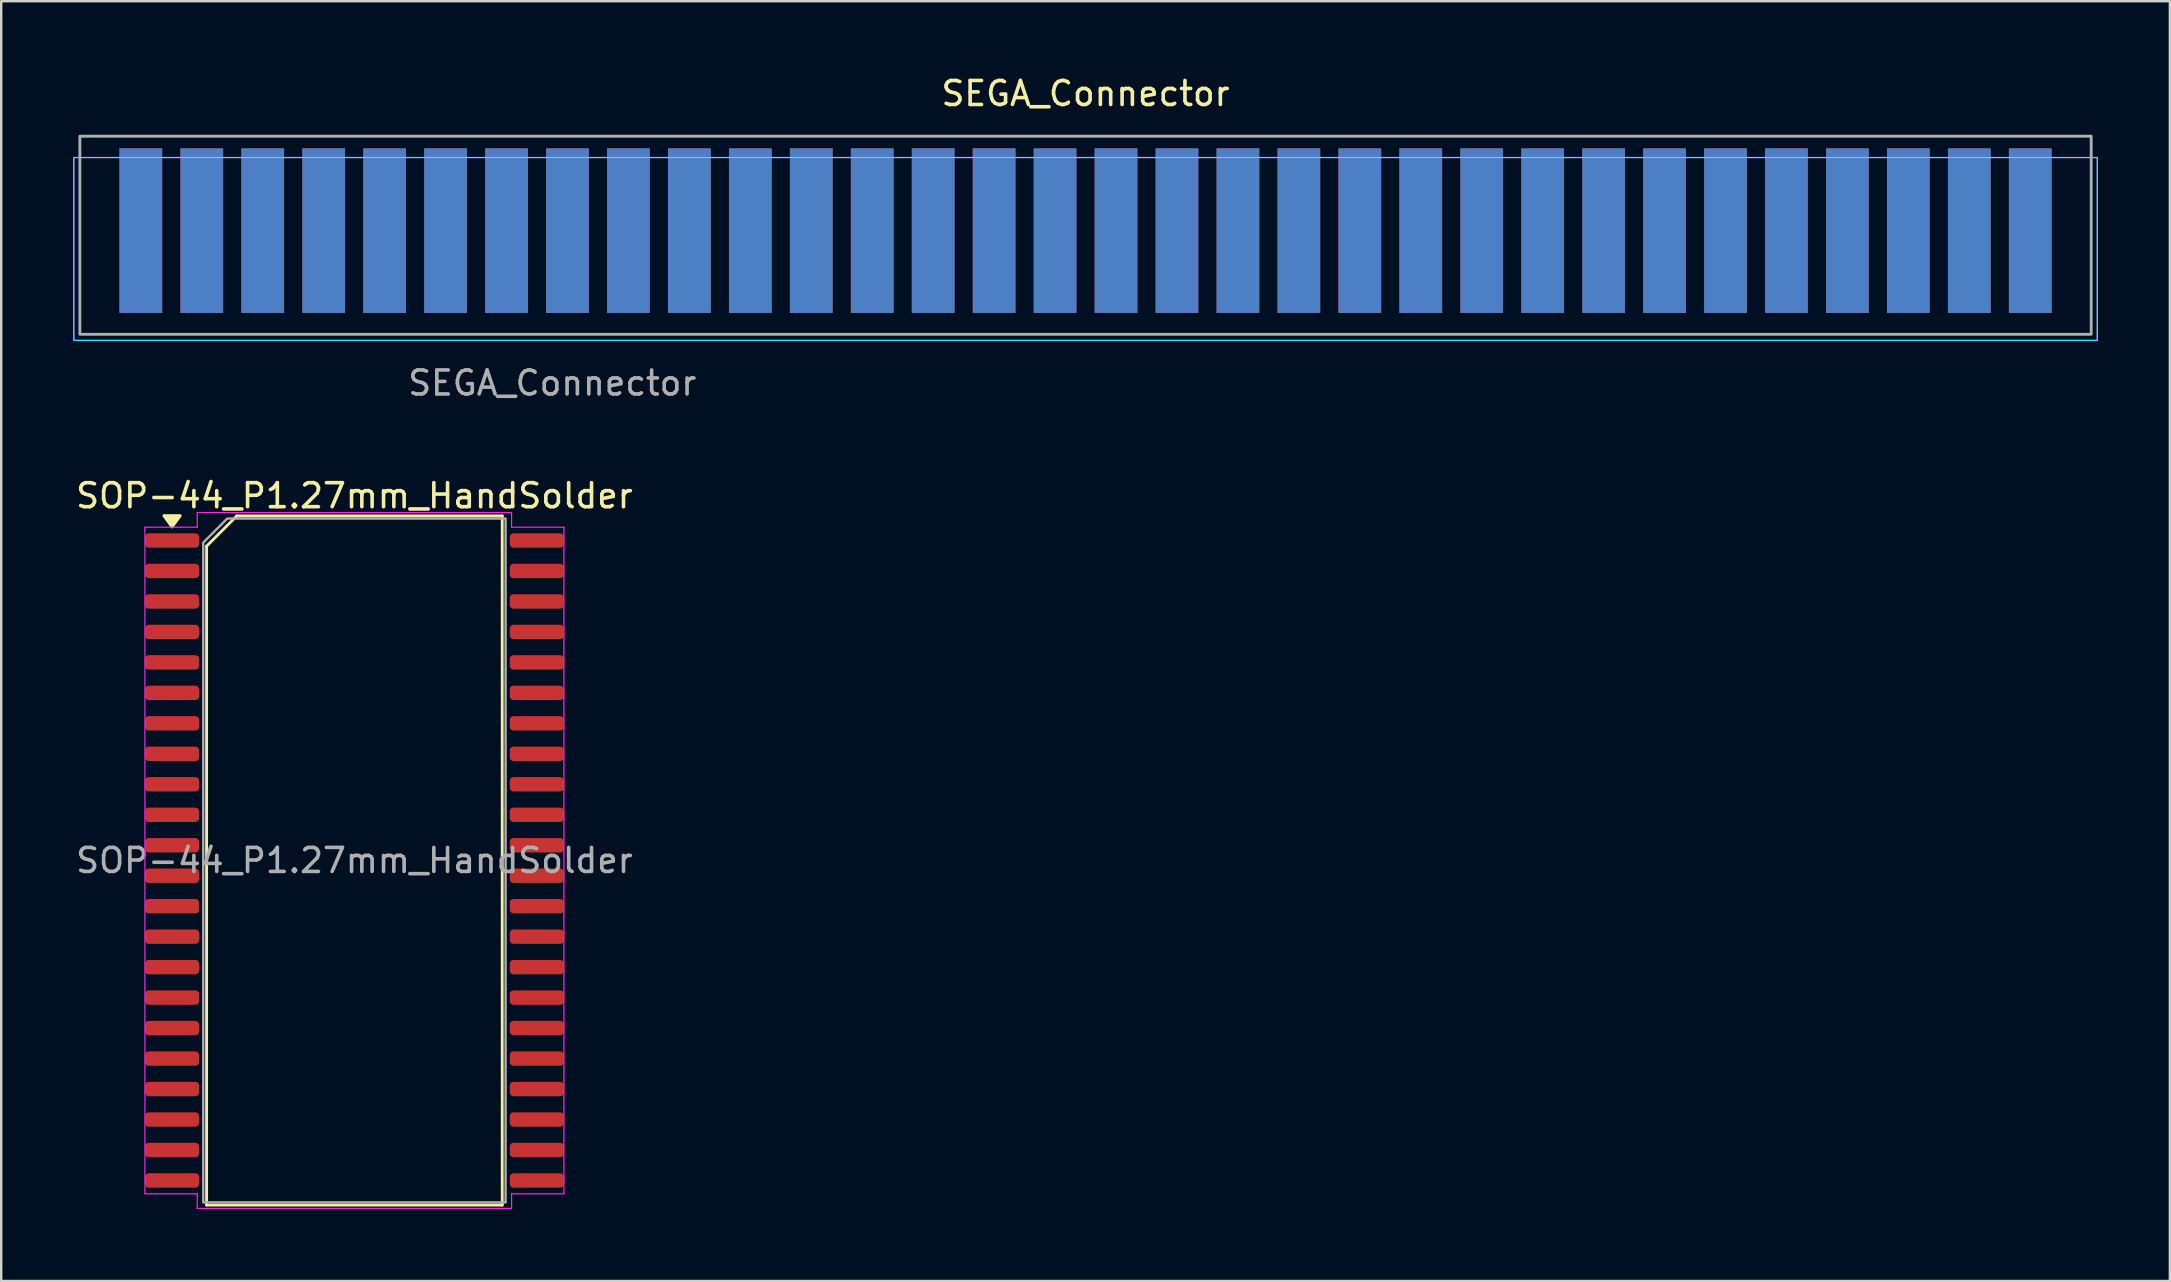
<source format=kicad_pcb>
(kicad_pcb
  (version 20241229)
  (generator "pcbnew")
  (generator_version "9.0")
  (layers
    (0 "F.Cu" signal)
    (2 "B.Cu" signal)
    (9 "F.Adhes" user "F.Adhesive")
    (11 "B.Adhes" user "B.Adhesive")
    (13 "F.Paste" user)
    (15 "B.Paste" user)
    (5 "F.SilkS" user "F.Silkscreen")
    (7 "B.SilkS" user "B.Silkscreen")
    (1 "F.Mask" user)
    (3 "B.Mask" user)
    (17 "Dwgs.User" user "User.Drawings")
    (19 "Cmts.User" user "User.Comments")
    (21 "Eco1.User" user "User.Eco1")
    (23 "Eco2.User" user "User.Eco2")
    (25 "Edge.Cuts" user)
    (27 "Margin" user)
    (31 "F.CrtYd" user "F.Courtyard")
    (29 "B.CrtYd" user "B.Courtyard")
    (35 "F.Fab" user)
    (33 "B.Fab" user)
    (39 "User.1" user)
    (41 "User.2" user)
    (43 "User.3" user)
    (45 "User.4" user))
  (footprint "SEGA_Connector"
    (layer "F.Cu")
    (at 2.819 6.563)
    (property "Reference" "SEGA_Connector" (at 39.37 -5.715 0) (layer "F.SilkS") (effects (font (size 1 1) (thickness 0.15))))
    (attr exclude_from_pos_files exclude_from_bom)
    (fp_rect (start 81.534 -3.048) (end -2.794 4.572) (stroke (width 0.05) (type solid)) (fill no) (layer "B.CrtYd"))
    (fp_rect (start -2.794 -3.048) (end 81.534 4.572) (stroke (width 0.05) (type solid)) (fill no) (layer "F.CrtYd"))
    (fp_rect (start -2.54 4.318) (end 81.28 -3.937) (stroke (width 0.12) (type solid)) (fill no) (layer "F.Fab"))
    (fp_text user "${REFERENCE}" (at 17.145 6.35 0) (layer "F.Fab") (effects (font (size 1 1) (thickness 0.15))))
    (pad "A1" connect rect (at 0 0) (size 1.78 6.858) (layers "B.Cu" "B.Mask"))
    (pad "A2" connect rect (at 2.54 0) (size 1.78 6.858) (layers "B.Cu" "B.Mask"))
    (pad "A3" connect rect (at 5.08 0) (size 1.78 6.858) (layers "B.Cu" "B.Mask"))
    (pad "A4" connect rect (at 7.62 0) (size 1.78 6.858) (layers "B.Cu" "B.Mask"))
    (pad "A5" connect rect (at 10.16 0) (size 1.78 6.858) (layers "B.Cu" "B.Mask"))
    (pad "A6" connect rect (at 12.7 0) (size 1.78 6.858) (layers "B.Cu" "B.Mask"))
    (pad "A7" connect rect (at 15.24 0) (size 1.78 6.858) (layers "B.Cu" "B.Mask"))
    (pad "A8" connect rect (at 17.78 0) (size 1.78 6.858) (layers "B.Cu" "B.Mask"))
    (pad "A9" connect rect (at 20.32 0) (size 1.78 6.858) (layers "B.Cu" "B.Mask"))
    (pad "A10" connect rect (at 22.86 0) (size 1.78 6.858) (layers "B.Cu" "B.Mask"))
    (pad "A11" connect rect (at 25.4 0) (size 1.78 6.858) (layers "B.Cu" "B.Mask"))
    (pad "A12" connect rect (at 27.94 0) (size 1.78 6.858) (layers "B.Cu" "B.Mask"))
    (pad "A13" connect rect (at 30.48 0) (size 1.78 6.858) (layers "B.Cu" "B.Mask"))
    (pad "A14" connect rect (at 33.02 0) (size 1.78 6.858) (layers "B.Cu" "B.Mask"))
    (pad "A15" connect rect (at 35.56 0) (size 1.78 6.858) (layers "B.Cu" "B.Mask"))
    (pad "A16" connect rect (at 38.1 0) (size 1.78 6.858) (layers "B.Cu" "B.Mask"))
    (pad "A17" connect rect (at 40.64 0) (size 1.78 6.858) (layers "B.Cu" "B.Mask"))
    (pad "A18" connect rect (at 43.18 0) (size 1.78 6.858) (layers "B.Cu" "B.Mask"))
    (pad "A19" connect rect (at 45.72 0) (size 1.78 6.858) (layers "B.Cu" "B.Mask"))
    (pad "A20" connect rect (at 48.26 0) (size 1.78 6.858) (layers "B.Cu" "B.Mask"))
    (pad "A21" connect rect (at 50.8 0) (size 1.78 6.858) (layers "B.Cu" "B.Mask"))
    (pad "A22" connect rect (at 53.34 0) (size 1.78 6.858) (layers "B.Cu" "B.Mask"))
    (pad "A23" connect rect (at 55.88 0) (size 1.78 6.858) (layers "B.Cu" "B.Mask"))
    (pad "A24" connect rect (at 58.42 0) (size 1.78 6.858) (layers "B.Cu" "B.Mask"))
    (pad "A25" connect rect (at 60.96 0) (size 1.78 6.858) (layers "B.Cu" "B.Mask"))
    (pad "A26" connect rect (at 63.5 0) (size 1.78 6.858) (layers "B.Cu" "B.Mask"))
    (pad "A27" connect rect (at 66.04 0) (size 1.78 6.858) (layers "B.Cu" "B.Mask"))
    (pad "A28" connect rect (at 68.58 0) (size 1.78 6.858) (layers "B.Cu" "B.Mask"))
    (pad "A29" connect rect (at 71.12 0) (size 1.78 6.858) (layers "B.Cu" "B.Mask"))
    (pad "A30" connect rect (at 73.66 0) (size 1.78 6.858) (layers "B.Cu" "B.Mask"))
    (pad "A31" connect rect (at 76.2 0) (size 1.78 6.858) (layers "B.Cu" "B.Mask"))
    (pad "A32" connect rect (at 78.74 0) (size 1.78 6.858) (layers "B.Cu" "B.Mask"))
    (pad "B1" connect rect (at 0 0) (size 1.78 6.858) (layers "F.Cu" "F.Mask"))
    (pad "B2" connect rect (at 2.54 0) (size 1.78 6.858) (layers "F.Cu" "F.Mask"))
    (pad "B3" connect rect (at 5.08 0) (size 1.78 6.858) (layers "F.Cu" "F.Mask"))
    (pad "B4" connect rect (at 7.62 0) (size 1.78 6.858) (layers "F.Cu" "F.Mask"))
    (pad "B5" connect rect (at 10.16 0) (size 1.78 6.858) (layers "F.Cu" "F.Mask"))
    (pad "B6" connect rect (at 12.7 0) (size 1.78 6.858) (layers "F.Cu" "F.Mask"))
    (pad "B7" connect rect (at 15.24 0) (size 1.78 6.858) (layers "F.Cu" "F.Mask"))
    (pad "B8" connect rect (at 17.78 0) (size 1.78 6.858) (layers "F.Cu" "F.Mask"))
    (pad "B9" connect rect (at 20.32 0) (size 1.78 6.858) (layers "F.Cu" "F.Mask"))
    (pad "B10" connect rect (at 22.86 0) (size 1.78 6.858) (layers "F.Cu" "F.Mask"))
    (pad "B11" connect rect (at 25.4 0) (size 1.78 6.858) (layers "F.Cu" "F.Mask"))
    (pad "B12" connect rect (at 27.94 0) (size 1.78 6.858) (layers "F.Cu" "F.Mask"))
    (pad "B13" connect rect (at 30.48 0) (size 1.78 6.858) (layers "F.Cu" "F.Mask"))
    (pad "B14" connect rect (at 33.02 0) (size 1.78 6.858) (layers "F.Cu" "F.Mask"))
    (pad "B15" connect rect (at 35.56 0) (size 1.78 6.858) (layers "F.Cu" "F.Mask"))
    (pad "B16" connect rect (at 38.1 0) (size 1.78 6.858) (layers "F.Cu" "F.Mask"))
    (pad "B17" connect rect (at 40.64 0) (size 1.78 6.858) (layers "F.Cu" "F.Mask"))
    (pad "B18" connect rect (at 43.18 0) (size 1.78 6.858) (layers "F.Cu" "F.Mask"))
    (pad "B19" connect rect (at 45.72 0) (size 1.78 6.858) (layers "F.Cu" "F.Mask"))
    (pad "B20" connect rect (at 48.26 0) (size 1.78 6.858) (layers "F.Cu" "F.Mask"))
    (pad "B21" connect rect (at 50.8 0) (size 1.78 6.858) (layers "F.Cu" "F.Mask"))
    (pad "B22" connect rect (at 53.34 0) (size 1.78 6.858) (layers "F.Cu" "F.Mask"))
    (pad "B23" connect rect (at 55.88 0) (size 1.78 6.858) (layers "F.Cu" "F.Mask"))
    (pad "B24" connect rect (at 58.42 0) (size 1.78 6.858) (layers "F.Cu" "F.Mask"))
    (pad "B25" connect rect (at 60.96 0) (size 1.78 6.858) (layers "F.Cu" "F.Mask"))
    (pad "B26" connect rect (at 63.5 0) (size 1.78 6.858) (layers "F.Cu" "F.Mask"))
    (pad "B27" connect rect (at 66.04 0) (size 1.78 6.858) (layers "F.Cu" "F.Mask"))
    (pad "B28" connect rect (at 68.58 0) (size 1.78 6.858) (layers "F.Cu" "F.Mask"))
    (pad "B29" connect rect (at 71.12 0) (size 1.78 6.858) (layers "F.Cu" "F.Mask"))
    (pad "B30" connect rect (at 73.66 0) (size 1.78 6.858) (layers "F.Cu" "F.Mask"))
    (pad "B31" connect rect (at 76.2 0) (size 1.78 6.858) (layers "F.Cu" "F.Mask"))
    (pad "B32" connect rect (at 78.74 0) (size 1.78 6.858) (layers "F.Cu" "F.Mask")))
  (footprint "SOP-44_P1.27mm_HandSolder"
    (layer "F.Cu")
    (at 11.72 32.81)
    (property "Reference" "SOP-44_P1.27mm_HandSolder" (at 0 -15.2 0) (layer "F.SilkS") (effects (font (size 1 1) (thickness 0.15))))
    (attr smd)
    (fp_line (start -6.16 -13.1) (end -4.9 -14.36) (stroke (width 0.12) (type solid)) (layer "F.SilkS"))
    (fp_line (start -6.16 14.36) (end -6.16 -13.1) (stroke (width 0.12) (type default)) (layer "F.SilkS"))
    (fp_line (start -4.9 -14.36) (end 6.16 -14.36) (stroke (width 0.12) (type default)) (layer "F.SilkS"))
    (fp_line (start 6.16 -14.36) (end 6.16 14.36) (stroke (width 0.12) (type default)) (layer "F.SilkS"))
    (fp_line (start 6.16 14.36) (end -6.16 14.36) (stroke (width 0.12) (type default)) (layer "F.SilkS"))
    (fp_poly (pts (xy -7.6 -13.9) (xy -7.94 -14.37) (xy -7.26 -14.37)) (stroke (width 0.12) (type solid)) (fill yes) (layer "F.SilkS"))
    (fp_line (start -8.73 -13.89) (end -6.55 -13.89) (stroke (width 0.05) (type solid)) (layer "F.CrtYd"))
    (fp_line (start -8.73 13.89) (end -8.73 -13.89) (stroke (width 0.05) (type solid)) (layer "F.CrtYd"))
    (fp_line (start -6.55 -14.5) (end 6.55 -14.5) (stroke (width 0.05) (type solid)) (layer "F.CrtYd"))
    (fp_line (start -6.55 -13.89) (end -6.55 -14.5) (stroke (width 0.05) (type solid)) (layer "F.CrtYd"))
    (fp_line (start -6.55 13.89) (end -8.73 13.89) (stroke (width 0.05) (type solid)) (layer "F.CrtYd"))
    (fp_line (start -6.55 14.5) (end -6.55 13.89) (stroke (width 0.05) (type solid)) (layer "F.CrtYd"))
    (fp_line (start 6.55 -14.5) (end 6.55 -13.89) (stroke (width 0.05) (type solid)) (layer "F.CrtYd"))
    (fp_line (start 6.55 -13.89) (end 8.73 -13.89) (stroke (width 0.05) (type solid)) (layer "F.CrtYd"))
    (fp_line (start 6.55 13.89) (end 6.55 14.5) (stroke (width 0.05) (type solid)) (layer "F.CrtYd"))
    (fp_line (start 6.55 14.5) (end -6.55 14.5) (stroke (width 0.05) (type solid)) (layer "F.CrtYd"))
    (fp_line (start 8.73 -13.89) (end 8.73 13.89) (stroke (width 0.05) (type solid)) (layer "F.CrtYd"))
    (fp_line (start 8.73 13.89) (end 6.55 13.89) (stroke (width 0.05) (type solid)) (layer "F.CrtYd"))
    (fp_poly (pts (xy -5.3 -14.25) (xy 6.3 -14.25) (xy 6.3 14.25) (xy -6.3 14.25) (xy -6.3 -13.25)) (stroke (width 0.1) (type solid)) (fill no) (layer "F.Fab"))
    (fp_text user "${REFERENCE}" (at 0 0 0) (layer "F.Fab") (effects (font (size 1 1) (thickness 0.15))))
    (pad "1" smd roundrect (at -7.6 -13.335) (size 2.25 0.6) (layers "F.Cu" "F.Mask" "F.Paste") (roundrect_rratio 0.25))
    (pad "2" smd roundrect (at -7.6 -12.065) (size 2.25 0.6) (layers "F.Cu" "F.Mask" "F.Paste") (roundrect_rratio 0.25))
    (pad "3" smd roundrect (at -7.6 -10.795) (size 2.25 0.6) (layers "F.Cu" "F.Mask" "F.Paste") (roundrect_rratio 0.25))
    (pad "4" smd roundrect (at -7.6 -9.525) (size 2.25 0.6) (layers "F.Cu" "F.Mask" "F.Paste") (roundrect_rratio 0.25))
    (pad "5" smd roundrect (at -7.6 -8.255) (size 2.25 0.6) (layers "F.Cu" "F.Mask" "F.Paste") (roundrect_rratio 0.25))
    (pad "6" smd roundrect (at -7.6 -6.985) (size 2.25 0.6) (layers "F.Cu" "F.Mask" "F.Paste") (roundrect_rratio 0.25))
    (pad "7" smd roundrect (at -7.6 -5.715) (size 2.25 0.6) (layers "F.Cu" "F.Mask" "F.Paste") (roundrect_rratio 0.25))
    (pad "8" smd roundrect (at -7.6 -4.445) (size 2.25 0.6) (layers "F.Cu" "F.Mask" "F.Paste") (roundrect_rratio 0.25))
    (pad "9" smd roundrect (at -7.6 -3.175) (size 2.25 0.6) (layers "F.Cu" "F.Mask" "F.Paste") (roundrect_rratio 0.25))
    (pad "10" smd roundrect (at -7.6 -1.905) (size 2.25 0.6) (layers "F.Cu" "F.Mask" "F.Paste") (roundrect_rratio 0.25))
    (pad "11" smd roundrect (at -7.6 -0.635) (size 2.25 0.6) (layers "F.Cu" "F.Mask" "F.Paste") (roundrect_rratio 0.25))
    (pad "12" smd roundrect (at -7.6 0.635) (size 2.25 0.6) (layers "F.Cu" "F.Mask" "F.Paste") (roundrect_rratio 0.25))
    (pad "13" smd roundrect (at -7.6 1.905) (size 2.25 0.6) (layers "F.Cu" "F.Mask" "F.Paste") (roundrect_rratio 0.25))
    (pad "14" smd roundrect (at -7.6 3.175) (size 2.25 0.6) (layers "F.Cu" "F.Mask" "F.Paste") (roundrect_rratio 0.25))
    (pad "15" smd roundrect (at -7.6 4.445) (size 2.25 0.6) (layers "F.Cu" "F.Mask" "F.Paste") (roundrect_rratio 0.25))
    (pad "16" smd roundrect (at -7.6 5.715) (size 2.25 0.6) (layers "F.Cu" "F.Mask" "F.Paste") (roundrect_rratio 0.25))
    (pad "17" smd roundrect (at -7.6 6.985) (size 2.25 0.6) (layers "F.Cu" "F.Mask" "F.Paste") (roundrect_rratio 0.25))
    (pad "18" smd roundrect (at -7.6 8.255) (size 2.25 0.6) (layers "F.Cu" "F.Mask" "F.Paste") (roundrect_rratio 0.25))
    (pad "19" smd roundrect (at -7.6 9.525) (size 2.25 0.6) (layers "F.Cu" "F.Mask" "F.Paste") (roundrect_rratio 0.25))
    (pad "20" smd roundrect (at -7.6 10.795) (size 2.25 0.6) (layers "F.Cu" "F.Mask" "F.Paste") (roundrect_rratio 0.25))
    (pad "21" smd roundrect (at -7.6 12.065) (size 2.25 0.6) (layers "F.Cu" "F.Mask" "F.Paste") (roundrect_rratio 0.25))
    (pad "22" smd roundrect (at -7.6 13.335) (size 2.25 0.6) (layers "F.Cu" "F.Mask" "F.Paste") (roundrect_rratio 0.25))
    (pad "23" smd roundrect (at 7.6 13.335) (size 2.25 0.6) (layers "F.Cu" "F.Mask" "F.Paste") (roundrect_rratio 0.25))
    (pad "24" smd roundrect (at 7.6 12.065) (size 2.25 0.6) (layers "F.Cu" "F.Mask" "F.Paste") (roundrect_rratio 0.25))
    (pad "25" smd roundrect (at 7.6 10.795) (size 2.25 0.6) (layers "F.Cu" "F.Mask" "F.Paste") (roundrect_rratio 0.25))
    (pad "26" smd roundrect (at 7.6 9.525) (size 2.25 0.6) (layers "F.Cu" "F.Mask" "F.Paste") (roundrect_rratio 0.25))
    (pad "27" smd roundrect (at 7.6 8.255) (size 2.25 0.6) (layers "F.Cu" "F.Mask" "F.Paste") (roundrect_rratio 0.25))
    (pad "28" smd roundrect (at 7.6 6.985) (size 2.25 0.6) (layers "F.Cu" "F.Mask" "F.Paste") (roundrect_rratio 0.25))
    (pad "29" smd roundrect (at 7.6 5.715) (size 2.25 0.6) (layers "F.Cu" "F.Mask" "F.Paste") (roundrect_rratio 0.25))
    (pad "30" smd roundrect (at 7.6 4.445) (size 2.25 0.6) (layers "F.Cu" "F.Mask" "F.Paste") (roundrect_rratio 0.25))
    (pad "31" smd roundrect (at 7.6 3.175) (size 2.25 0.6) (layers "F.Cu" "F.Mask" "F.Paste") (roundrect_rratio 0.25))
    (pad "32" smd roundrect (at 7.6 1.905) (size 2.25 0.6) (layers "F.Cu" "F.Mask" "F.Paste") (roundrect_rratio 0.25))
    (pad "33" smd roundrect (at 7.6 0.635) (size 2.25 0.6) (layers "F.Cu" "F.Mask" "F.Paste") (roundrect_rratio 0.25))
    (pad "34" smd roundrect (at 7.6 -0.635) (size 2.25 0.6) (layers "F.Cu" "F.Mask" "F.Paste") (roundrect_rratio 0.25))
    (pad "35" smd roundrect (at 7.6 -1.905) (size 2.25 0.6) (layers "F.Cu" "F.Mask" "F.Paste") (roundrect_rratio 0.25))
    (pad "36" smd roundrect (at 7.6 -3.175) (size 2.25 0.6) (layers "F.Cu" "F.Mask" "F.Paste") (roundrect_rratio 0.25))
    (pad "37" smd roundrect (at 7.6 -4.445) (size 2.25 0.6) (layers "F.Cu" "F.Mask" "F.Paste") (roundrect_rratio 0.25))
    (pad "38" smd roundrect (at 7.6 -5.715) (size 2.25 0.6) (layers "F.Cu" "F.Mask" "F.Paste") (roundrect_rratio 0.25))
    (pad "39" smd roundrect (at 7.6 -6.985) (size 2.25 0.6) (layers "F.Cu" "F.Mask" "F.Paste") (roundrect_rratio 0.25))
    (pad "40" smd roundrect (at 7.6 -8.255) (size 2.25 0.6) (layers "F.Cu" "F.Mask" "F.Paste") (roundrect_rratio 0.25))
    (pad "41" smd roundrect (at 7.6 -9.525) (size 2.25 0.6) (layers "F.Cu" "F.Mask" "F.Paste") (roundrect_rratio 0.25))
    (pad "42" smd roundrect (at 7.6 -10.795) (size 2.25 0.6) (layers "F.Cu" "F.Mask" "F.Paste") (roundrect_rratio 0.25))
    (pad "43" smd roundrect (at 7.6 -12.065) (size 2.25 0.6) (layers "F.Cu" "F.Mask" "F.Paste") (roundrect_rratio 0.25))
    (pad "44" smd roundrect (at 7.6 -13.335) (size 2.25 0.6) (layers "F.Cu" "F.Mask" "F.Paste") (roundrect_rratio 0.25)))
  (gr_rect
    (start -3 -3)
    (end 87.378 50.335)
    (stroke (width 0.1) (type default))
    (fill no)
    (layer "Edge.Cuts")))
</source>
